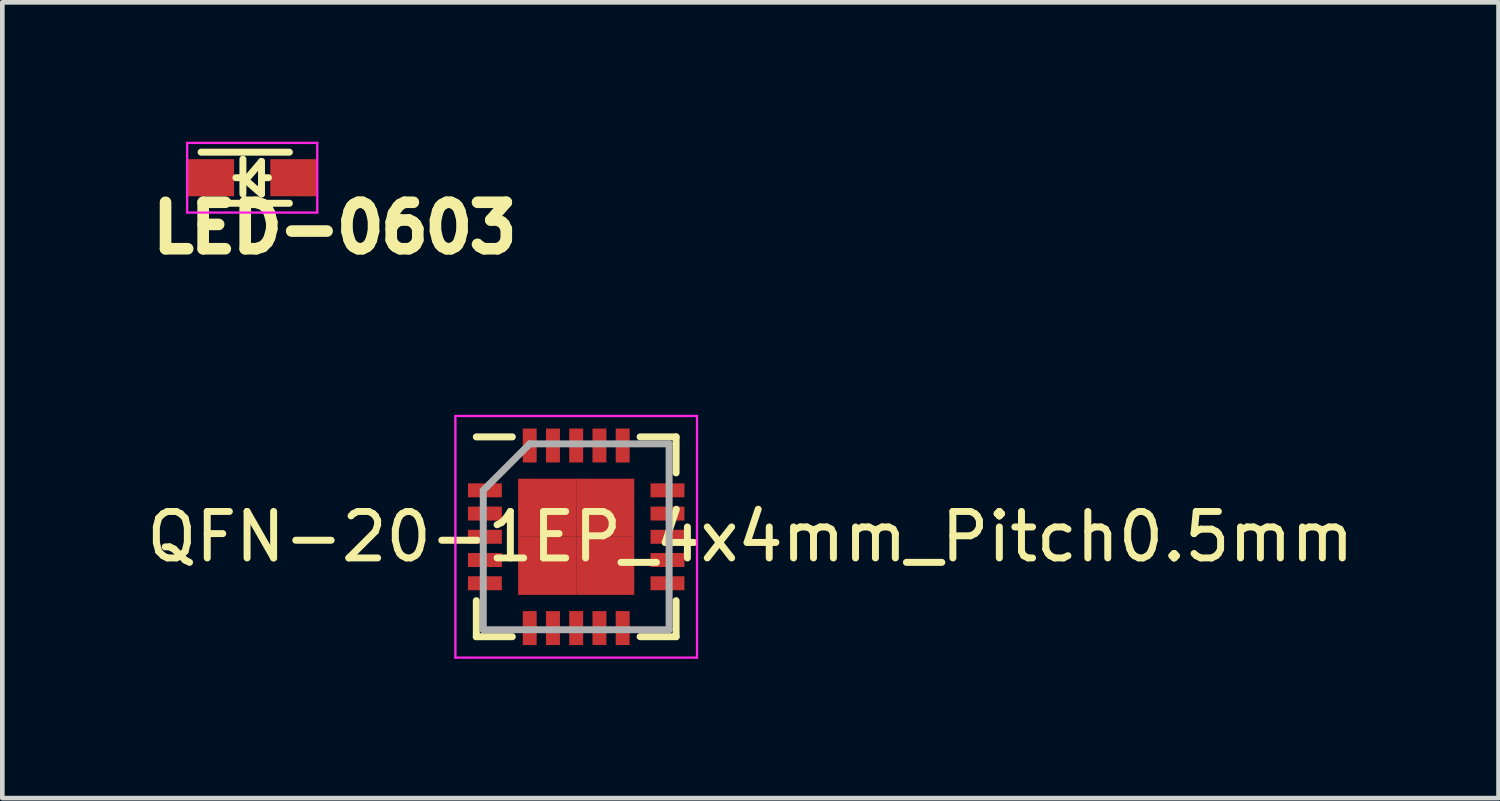
<source format=kicad_pcb>
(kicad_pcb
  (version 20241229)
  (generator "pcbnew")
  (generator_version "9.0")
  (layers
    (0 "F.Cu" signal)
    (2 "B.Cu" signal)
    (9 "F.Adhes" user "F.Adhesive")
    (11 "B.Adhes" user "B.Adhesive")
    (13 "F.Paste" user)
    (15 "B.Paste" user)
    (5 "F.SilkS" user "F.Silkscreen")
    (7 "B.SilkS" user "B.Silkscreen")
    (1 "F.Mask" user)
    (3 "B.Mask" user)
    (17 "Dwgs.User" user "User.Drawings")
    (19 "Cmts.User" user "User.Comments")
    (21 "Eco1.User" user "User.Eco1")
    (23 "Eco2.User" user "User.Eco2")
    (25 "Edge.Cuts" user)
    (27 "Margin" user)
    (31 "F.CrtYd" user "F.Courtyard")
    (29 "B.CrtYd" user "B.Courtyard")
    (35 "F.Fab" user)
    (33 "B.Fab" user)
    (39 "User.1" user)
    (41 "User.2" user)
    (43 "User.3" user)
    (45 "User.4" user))
  (footprint "LED-0603"
    (layer "F.Cu")
    (at 2.378 0.775)
    (property "Reference" "LED-0603" (at 1.778 1.079 0) (layer "F.SilkS") (effects (font (size 1 1) (thickness 0.25))))
    (attr smd)
    (fp_line (start -1.1 -0.55) (end 0.8 -0.55) (stroke (width 0.15) (type solid)) (layer "F.SilkS"))
    (fp_line (start -1.1 0.55) (end 0.8 0.55) (stroke (width 0.15) (type solid)) (layer "F.SilkS"))
    (fp_line (start -0.35 0) (end -0.15 0) (stroke (width 0.15) (type solid)) (layer "F.SilkS"))
    (fp_line (start -0.2 -0.4) (end -0.2 0.35) (stroke (width 0.15) (type solid)) (layer "F.SilkS"))
    (fp_line (start -0.2 0) (end -0.15 0) (stroke (width 0.15) (type solid)) (layer "F.SilkS"))
    (fp_line (start -0.1 0) (end 0.2 -0.35) (stroke (width 0.15) (type solid)) (layer "F.SilkS"))
    (fp_line (start 0.2 -0.35) (end 0.2 0.35) (stroke (width 0.15) (type solid)) (layer "F.SilkS"))
    (fp_line (start 0.2 0) (end 0.35 0) (stroke (width 0.15) (type solid)) (layer "F.SilkS"))
    (fp_line (start 0.2 0.35) (end -0.2 0) (stroke (width 0.15) (type solid)) (layer "F.SilkS"))
    (fp_line (start -1.4 -0.75) (end 1.4 -0.75) (stroke (width 0.05) (type solid)) (layer "F.CrtYd"))
    (fp_line (start -1.4 0.75) (end -1.4 -0.75) (stroke (width 0.05) (type solid)) (layer "F.CrtYd"))
    (fp_line (start 1.4 -0.75) (end 1.4 0.75) (stroke (width 0.05) (type solid)) (layer "F.CrtYd"))
    (fp_line (start 1.4 0.75) (end -1.4 0.75) (stroke (width 0.05) (type solid)) (layer "F.CrtYd"))
    (pad "1" smd rect (at -0.889 0 180) (size 1 0.798) (layers "F.Cu" "F.Mask" "F.Paste"))
    (pad "2" smd rect (at 0.889 0 180) (size 1 0.798) (layers "F.Cu" "F.Mask" "F.Paste")))
  (footprint "QFN-20-1EP_4x4mm_Pitch0.5mm"
    (layer "F.Cu")
    (at 9.351 8.503)
    (property "Reference" "QFN-20-1EP_4x4mm_Pitch0.5mm" (at 3.75 0 0) (layer "F.SilkS") (effects (font (size 1 1) (thickness 0.15))))
    (attr smd)
    (fp_line (start -2.15 -2.15) (end -1.375 -2.15) (stroke (width 0.15) (type solid)) (layer "F.SilkS"))
    (fp_line (start -2.15 2.15) (end -2.15 1.375) (stroke (width 0.15) (type solid)) (layer "F.SilkS"))
    (fp_line (start -2.15 2.15) (end -1.375 2.15) (stroke (width 0.15) (type solid)) (layer "F.SilkS"))
    (fp_line (start 2.15 -2.15) (end 1.375 -2.15) (stroke (width 0.15) (type solid)) (layer "F.SilkS"))
    (fp_line (start 2.15 -2.15) (end 2.15 -1.375) (stroke (width 0.15) (type solid)) (layer "F.SilkS"))
    (fp_line (start 2.15 2.15) (end 1.375 2.15) (stroke (width 0.15) (type solid)) (layer "F.SilkS"))
    (fp_line (start 2.15 2.15) (end 2.15 1.375) (stroke (width 0.15) (type solid)) (layer "F.SilkS"))
    (fp_line (start -2.6 -2.6) (end -2.6 2.6) (stroke (width 0.05) (type solid)) (layer "F.CrtYd"))
    (fp_line (start -2.6 -2.6) (end 2.6 -2.6) (stroke (width 0.05) (type solid)) (layer "F.CrtYd"))
    (fp_line (start -2.6 2.6) (end 2.6 2.6) (stroke (width 0.05) (type solid)) (layer "F.CrtYd"))
    (fp_line (start 2.6 -2.6) (end 2.6 2.6) (stroke (width 0.05) (type solid)) (layer "F.CrtYd"))
    (fp_line (start -2 -1) (end -1 -2) (stroke (width 0.15) (type solid)) (layer "F.Fab"))
    (fp_line (start -2 2) (end -2 -1) (stroke (width 0.15) (type solid)) (layer "F.Fab"))
    (fp_line (start -1 -2) (end 2 -2) (stroke (width 0.15) (type solid)) (layer "F.Fab"))
    (fp_line (start 2 -2) (end 2 2) (stroke (width 0.15) (type solid)) (layer "F.Fab"))
    (fp_line (start 2 2) (end -2 2) (stroke (width 0.15) (type solid)) (layer "F.Fab"))
    (pad "1" smd rect (at -1.965 -1) (size 0.73 0.3) (layers "F.Cu" "F.Mask" "F.Paste"))
    (pad "2" smd rect (at -1.965 -0.5) (size 0.73 0.3) (layers "F.Cu" "F.Mask" "F.Paste"))
    (pad "3" smd rect (at -1.965 0) (size 0.73 0.3) (layers "F.Cu" "F.Mask" "F.Paste"))
    (pad "4" smd rect (at -1.965 0.5) (size 0.73 0.3) (layers "F.Cu" "F.Mask" "F.Paste"))
    (pad "5" smd rect (at -1.965 1) (size 0.73 0.3) (layers "F.Cu" "F.Mask" "F.Paste"))
    (pad "6" smd rect (at -1 1.965 90) (size 0.73 0.3) (layers "F.Cu" "F.Mask" "F.Paste"))
    (pad "7" smd rect (at -0.5 1.965 90) (size 0.73 0.3) (layers "F.Cu" "F.Mask" "F.Paste"))
    (pad "8" smd rect (at 0 1.965 90) (size 0.73 0.3) (layers "F.Cu" "F.Mask" "F.Paste"))
    (pad "9" smd rect (at 0.5 1.965 90) (size 0.73 0.3) (layers "F.Cu" "F.Mask" "F.Paste"))
    (pad "10" smd rect (at 1 1.965 90) (size 0.73 0.3) (layers "F.Cu" "F.Mask" "F.Paste"))
    (pad "11" smd rect (at 1.965 1) (size 0.73 0.3) (layers "F.Cu" "F.Mask" "F.Paste"))
    (pad "12" smd rect (at 1.965 0.5) (size 0.73 0.3) (layers "F.Cu" "F.Mask" "F.Paste"))
    (pad "13" smd rect (at 1.965 0) (size 0.73 0.3) (layers "F.Cu" "F.Mask" "F.Paste"))
    (pad "14" smd rect (at 1.965 -0.5) (size 0.73 0.3) (layers "F.Cu" "F.Mask" "F.Paste"))
    (pad "15" smd rect (at 1.965 -1) (size 0.73 0.3) (layers "F.Cu" "F.Mask" "F.Paste"))
    (pad "16" smd rect (at 1 -1.965 90) (size 0.73 0.3) (layers "F.Cu" "F.Mask" "F.Paste"))
    (pad "17" smd rect (at 0.5 -1.965 90) (size 0.73 0.3) (layers "F.Cu" "F.Mask" "F.Paste"))
    (pad "18" smd rect (at 0 -1.965 90) (size 0.73 0.3) (layers "F.Cu" "F.Mask" "F.Paste"))
    (pad "19" smd rect (at -0.5 -1.965 90) (size 0.73 0.3) (layers "F.Cu" "F.Mask" "F.Paste"))
    (pad "20" smd rect (at -1 -1.965 90) (size 0.73 0.3) (layers "F.Cu" "F.Mask" "F.Paste"))
    (pad "21" smd rect (at -0.625 -0.625) (size 1.25 1.25) (layers "F.Cu" "F.Mask" "F.Paste"))
    (pad "21" smd rect (at -0.625 0.625) (size 1.25 1.25) (layers "F.Cu" "F.Mask" "F.Paste"))
    (pad "21" smd rect (at 0.625 -0.625) (size 1.25 1.25) (layers "F.Cu" "F.Mask" "F.Paste"))
    (pad "21" smd rect (at 0.625 0.625) (size 1.25 1.25) (layers "F.Cu" "F.Mask" "F.Paste")))
  (gr_rect
    (start -3 -3)
    (end 29.202 14.128)
    (stroke (width 0.1) (type default))
    (fill no)
    (layer "Edge.Cuts")))
</source>
